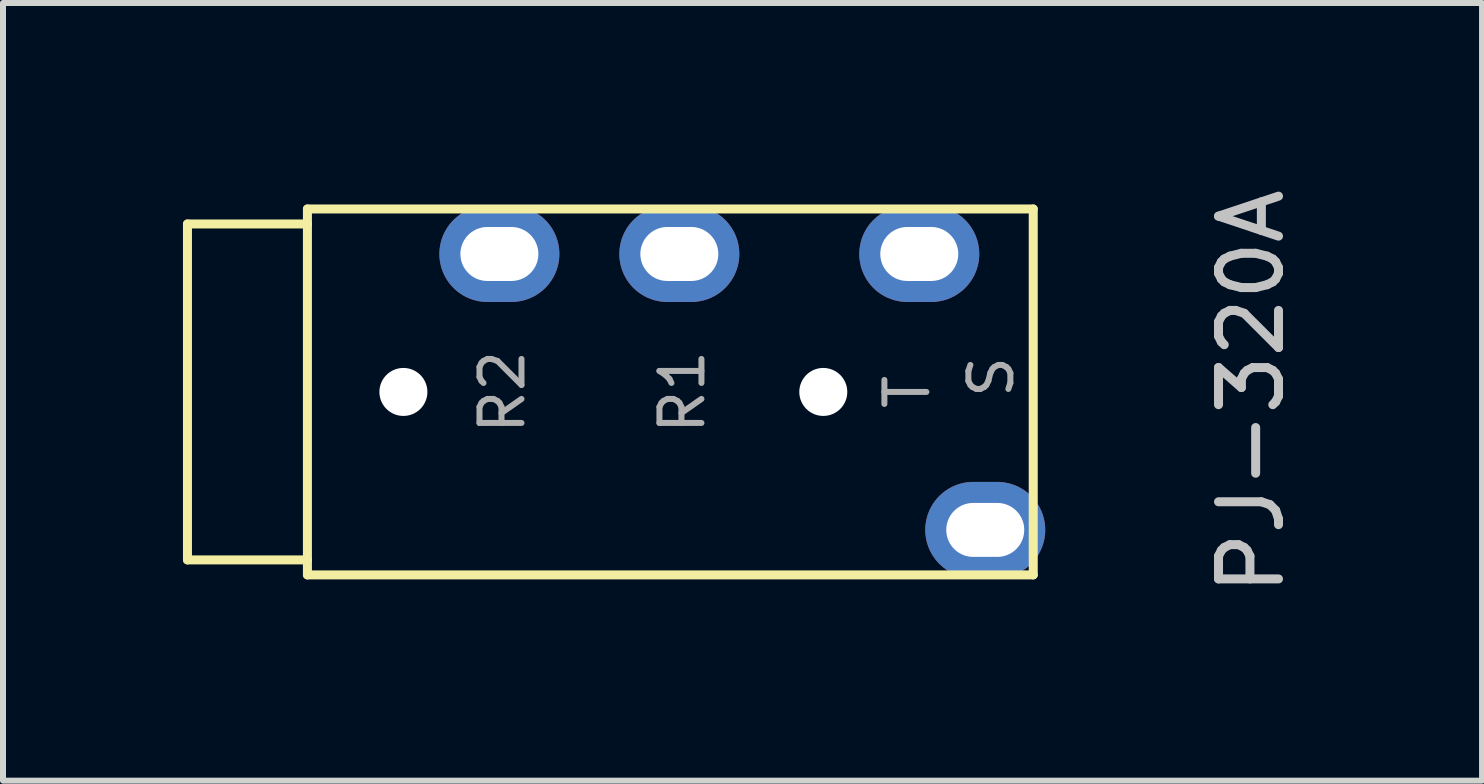
<source format=kicad_pcb>
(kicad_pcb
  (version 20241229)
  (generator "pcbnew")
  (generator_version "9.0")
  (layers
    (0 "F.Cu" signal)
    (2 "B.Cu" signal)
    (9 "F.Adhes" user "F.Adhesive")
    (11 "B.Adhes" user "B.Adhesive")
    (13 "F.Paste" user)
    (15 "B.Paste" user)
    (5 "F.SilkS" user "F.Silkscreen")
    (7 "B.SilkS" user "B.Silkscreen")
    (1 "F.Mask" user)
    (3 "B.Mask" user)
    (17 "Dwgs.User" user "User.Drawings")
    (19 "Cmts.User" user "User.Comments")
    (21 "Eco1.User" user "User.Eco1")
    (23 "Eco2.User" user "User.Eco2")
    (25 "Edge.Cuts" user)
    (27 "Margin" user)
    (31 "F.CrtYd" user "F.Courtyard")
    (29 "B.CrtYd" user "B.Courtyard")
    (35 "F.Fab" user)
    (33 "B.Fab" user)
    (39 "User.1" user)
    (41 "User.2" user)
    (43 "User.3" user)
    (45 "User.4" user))
  (footprint "PJ-320A"
    (layer "F.Cu")
    (at 9.341 3.484)
    (property "Reference" "PJ-320A" (at 8.468 -0.002 90) (layer "Dwgs.User") (effects (font (size 1 1) (thickness 0.15))))
    (attr through_hole)
    (fp_line (start -9.266 -2.8) (end -9.266 2.8) (stroke (width 0.15) (type solid)) (layer "F.SilkS"))
    (fp_line (start -7.266 -3.05) (end -7.266 3.05) (stroke (width 0.15) (type solid)) (layer "F.SilkS"))
    (fp_line (start -7.266 -3.05) (end 4.834 -3.05) (stroke (width 0.15) (type solid)) (layer "F.SilkS"))
    (fp_line (start -7.266 -2.8) (end -9.266 -2.8) (stroke (width 0.15) (type solid)) (layer "F.SilkS"))
    (fp_line (start -7.266 2.8) (end -9.266 2.8) (stroke (width 0.15) (type solid)) (layer "F.SilkS"))
    (fp_line (start -7.266 3.05) (end 4.834 3.05) (stroke (width 0.15) (type solid)) (layer "F.SilkS"))
    (fp_line (start 4.834 -3.05) (end 4.834 3.05) (stroke (width 0.15) (type solid)) (layer "F.SilkS"))
    (fp_text user "R1" (at -1.016 0 90) (layer "F.Fab") (effects (font (size 0.7 0.7) (thickness 0.1))))
    (fp_text user "T" (at 2.734 0 90) (layer "F.Fab") (effects (font (size 0.7 0.7) (thickness 0.1))))
    (fp_text user "R2" (at -4.016 0 90) (layer "F.Fab") (effects (font (size 0.7 0.7) (thickness 0.1))))
    (fp_text user "S" (at 4.134 -0.25 90) (layer "F.Fab") (effects (font (size 0.7 0.7) (thickness 0.1))))
    (pad "" np_thru_hole circle (at -5.666 0 90) (size 0.8 0.8) (drill 0.8) (layers "*.Cu" "*.Mask"))
    (pad "" np_thru_hole circle (at 1.334 0 90) (size 0.8 0.8) (drill 0.8) (layers "*.Cu" "*.Mask"))
    (pad "R1" thru_hole oval (at -1.066 -2.3 90) (size 1.6 2) (drill oval 0.9 1.3) (layers "*.Cu" "*.Mask"))
    (pad "R2" thru_hole oval (at -4.066 -2.3 90) (size 1.6 2) (drill oval 0.9 1.3) (layers "*.Cu" "*.Mask"))
    (pad "S" thru_hole oval (at 4.034 2.3 90) (size 1.6 2) (drill oval 0.9 1.3) (layers "*.Cu" "*.Mask"))
    (pad "T" thru_hole oval (at 2.934 -2.3 90) (size 1.6 2) (drill oval 0.9 1.3) (layers "*.Cu" "*.Mask")))
  (gr_rect
    (start -3 -3)
    (end 21.657 9.964)
    (stroke (width 0.1) (type default))
    (fill no)
    (layer "Edge.Cuts")))
</source>
